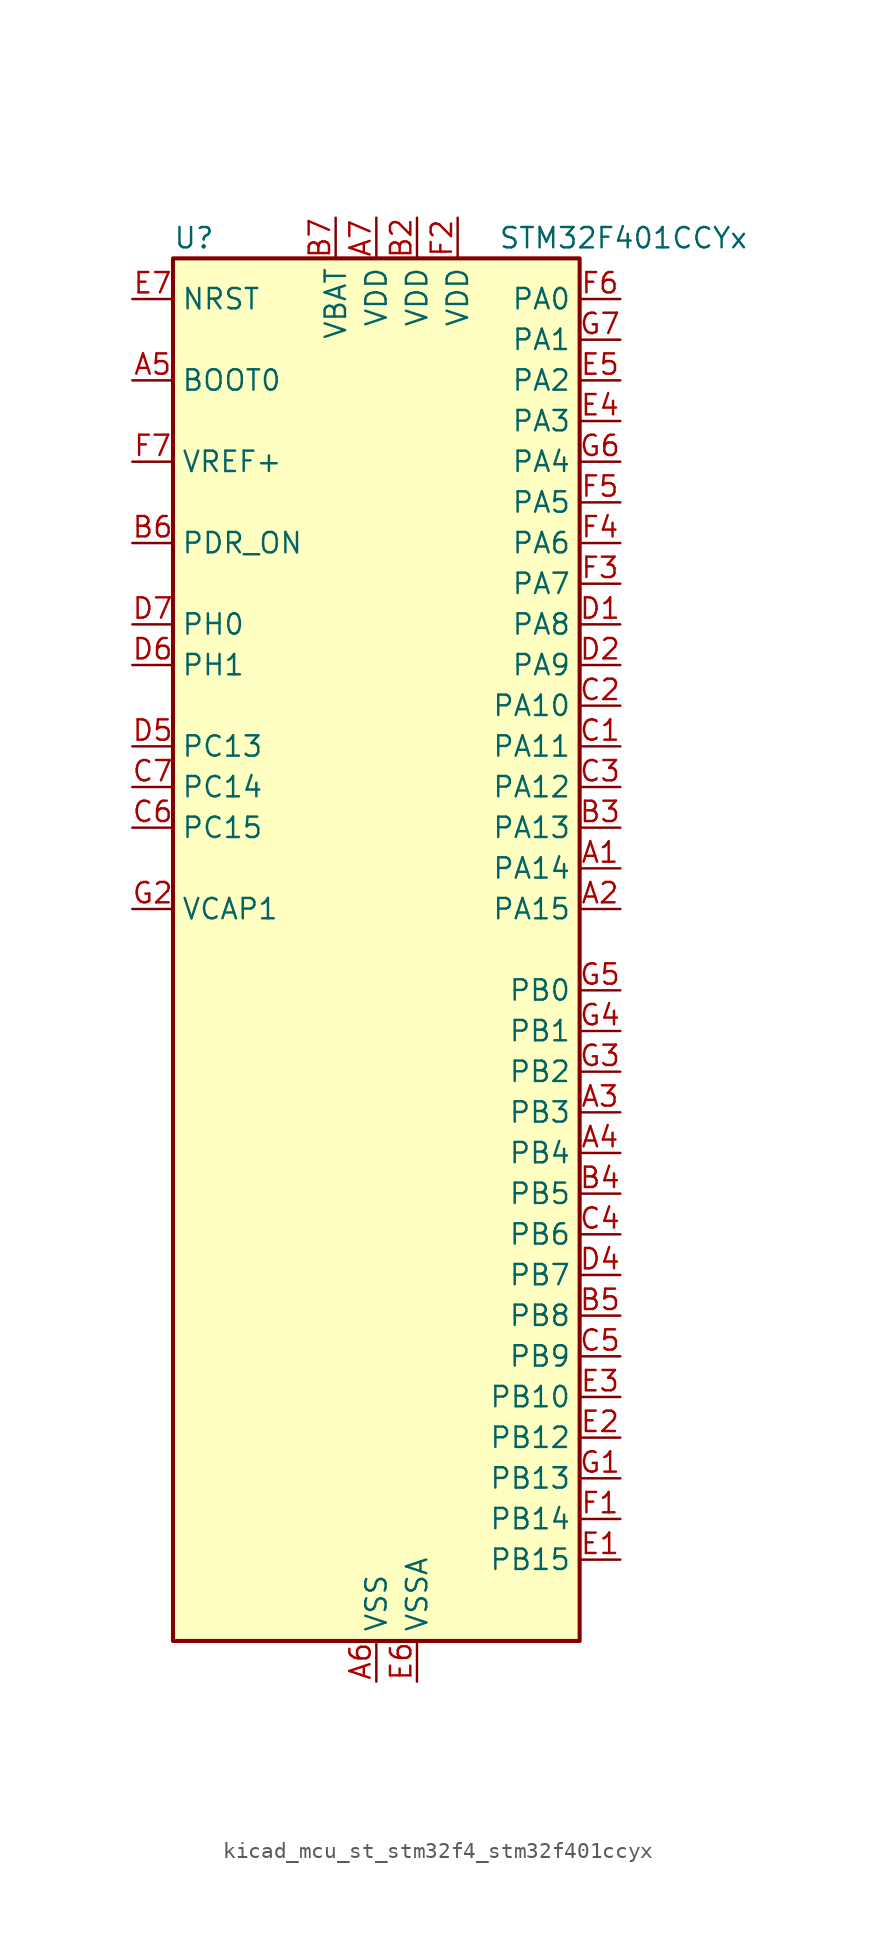
<source format=kicad_sym>
(kicad_symbol_lib
  (version 20220914)
  (generator kicad_symbol_editor)
  (symbol "kicad_mcu_st_stm32f4_stm32f401ccyx"
    (property "Reference" "U"
      (at -12.7 44.45 0)
      (effects (font (size 1.27 1.27)) (justify left)))
    (property "Value" "STM32F401CCYx"
      (at 7.62 44.45 0)
      (effects (font (size 1.27 1.27)) (justify left)))
    (property "ki_locked" ""
      (at 0 0 0)
      (effects (font (size 1.27 1.27))))
    (symbol "kicad_mcu_st_stm32f4_stm32f401ccyx_0_1"
      (rectangle (start -12.7 -43.18) (end 12.7 43.18) (stroke (width 0.254) (type default)) (fill (type background))))
    (symbol "kicad_mcu_st_stm32f4_stm32f401ccyx_1_1"
      (pin bidirectional line (at 15.24 5.08 180) (length 2.54) (name "PA14" (effects (font (size 1.27 1.27)))) (number "A1" (effects (font (size 1.27 1.27)))) (alternate "SYS_JTCK-SWCLK" bidirectional line))
      (pin bidirectional line (at 15.24 2.54 180) (length 2.54) (name "PA15" (effects (font (size 1.27 1.27)))) (number "A2" (effects (font (size 1.27 1.27)))) (alternate "ADC1_EXTI15" bidirectional line) (alternate "I2S3_WS" bidirectional line) (alternate "SPI1_NSS" bidirectional line) (alternate "SPI3_NSS" bidirectional line) (alternate "SYS_JTDI" bidirectional line) (alternate "TIM2_CH1" bidirectional line) (alternate "TIM2_ETR" bidirectional line))
      (pin bidirectional line (at 15.24 -10.16 180) (length 2.54) (name "PB3" (effects (font (size 1.27 1.27)))) (number "A3" (effects (font (size 1.27 1.27)))) (alternate "I2C2_SDA" bidirectional line) (alternate "I2S3_CK" bidirectional line) (alternate "SPI1_SCK" bidirectional line) (alternate "SPI3_SCK" bidirectional line) (alternate "SYS_JTDO-SWO" bidirectional line) (alternate "TIM2_CH2" bidirectional line))
      (pin bidirectional line (at 15.24 -12.7 180) (length 2.54) (name "PB4" (effects (font (size 1.27 1.27)))) (number "A4" (effects (font (size 1.27 1.27)))) (alternate "I2C3_SDA" bidirectional line) (alternate "I2S3_ext_SD" bidirectional line) (alternate "SPI1_MISO" bidirectional line) (alternate "SPI3_MISO" bidirectional line) (alternate "SYS_JTRST" bidirectional line) (alternate "TIM3_CH1" bidirectional line))
      (pin input line (at -15.24 35.56 0) (length 2.54) (name "BOOT0" (effects (font (size 1.27 1.27)))) (number "A5" (effects (font (size 1.27 1.27)))))
      (pin power_in line (at 0 -45.72 90) (length 2.54) (name "VSS" (effects (font (size 1.27 1.27)))) (number "A6" (effects (font (size 1.27 1.27)))))
      (pin power_in line (at 0 45.72 270) (length 2.54) (name "VDD" (effects (font (size 1.27 1.27)))) (number "A7" (effects (font (size 1.27 1.27)))))
      (pin passive line (at 0 -45.72 90) (length 2.54) hide (name "VSS" (effects (font (size 1.27 1.27)))) (number "B1" (effects (font (size 1.27 1.27)))))
      (pin power_in line (at 2.54 45.72 270) (length 2.54) (name "VDD" (effects (font (size 1.27 1.27)))) (number "B2" (effects (font (size 1.27 1.27)))))
      (pin bidirectional line (at 15.24 7.62 180) (length 2.54) (name "PA13" (effects (font (size 1.27 1.27)))) (number "B3" (effects (font (size 1.27 1.27)))) (alternate "SYS_JTMS-SWDIO" bidirectional line))
      (pin bidirectional line (at 15.24 -15.24 180) (length 2.54) (name "PB5" (effects (font (size 1.27 1.27)))) (number "B4" (effects (font (size 1.27 1.27)))) (alternate "I2C1_SMBA" bidirectional line) (alternate "I2S3_SD" bidirectional line) (alternate "SPI1_MOSI" bidirectional line) (alternate "SPI3_MOSI" bidirectional line) (alternate "TIM3_CH2" bidirectional line))
      (pin bidirectional line (at 15.24 -22.86 180) (length 2.54) (name "PB8" (effects (font (size 1.27 1.27)))) (number "B5" (effects (font (size 1.27 1.27)))) (alternate "I2C1_SCL" bidirectional line) (alternate "TIM10_CH1" bidirectional line) (alternate "TIM4_CH3" bidirectional line))
      (pin input line (at -15.24 25.4 0) (length 2.54) (name "PDR_ON" (effects (font (size 1.27 1.27)))) (number "B6" (effects (font (size 1.27 1.27)))))
      (pin power_in line (at -2.54 45.72 270) (length 2.54) (name "VBAT" (effects (font (size 1.27 1.27)))) (number "B7" (effects (font (size 1.27 1.27)))))
      (pin bidirectional line (at 15.24 12.7 180) (length 2.54) (name "PA11" (effects (font (size 1.27 1.27)))) (number "C1" (effects (font (size 1.27 1.27)))) (alternate "ADC1_EXTI11" bidirectional line) (alternate "TIM1_CH4" bidirectional line) (alternate "USART1_CTS" bidirectional line) (alternate "USART6_TX" bidirectional line) (alternate "USB_OTG_FS_DM" bidirectional line))
      (pin bidirectional line (at 15.24 15.24 180) (length 2.54) (name "PA10" (effects (font (size 1.27 1.27)))) (number "C2" (effects (font (size 1.27 1.27)))) (alternate "TIM1_CH3" bidirectional line) (alternate "USART1_RX" bidirectional line) (alternate "USB_OTG_FS_ID" bidirectional line))
      (pin bidirectional line (at 15.24 10.16 180) (length 2.54) (name "PA12" (effects (font (size 1.27 1.27)))) (number "C3" (effects (font (size 1.27 1.27)))) (alternate "TIM1_ETR" bidirectional line) (alternate "USART1_RTS" bidirectional line) (alternate "USART6_RX" bidirectional line) (alternate "USB_OTG_FS_DP" bidirectional line))
      (pin bidirectional line (at 15.24 -17.78 180) (length 2.54) (name "PB6" (effects (font (size 1.27 1.27)))) (number "C4" (effects (font (size 1.27 1.27)))) (alternate "I2C1_SCL" bidirectional line) (alternate "TIM4_CH1" bidirectional line) (alternate "USART1_TX" bidirectional line))
      (pin bidirectional line (at 15.24 -25.4 180) (length 2.54) (name "PB9" (effects (font (size 1.27 1.27)))) (number "C5" (effects (font (size 1.27 1.27)))) (alternate "I2C1_SDA" bidirectional line) (alternate "I2S2_WS" bidirectional line) (alternate "SPI2_NSS" bidirectional line) (alternate "TIM11_CH1" bidirectional line) (alternate "TIM4_CH4" bidirectional line))
      (pin bidirectional line (at -15.24 7.62 0) (length 2.54) (name "PC15" (effects (font (size 1.27 1.27)))) (number "C6" (effects (font (size 1.27 1.27)))) (alternate "ADC1_EXTI15" bidirectional line) (alternate "RCC_OSC32_OUT" bidirectional line))
      (pin bidirectional line (at -15.24 10.16 0) (length 2.54) (name "PC14" (effects (font (size 1.27 1.27)))) (number "C7" (effects (font (size 1.27 1.27)))) (alternate "RCC_OSC32_IN" bidirectional line))
      (pin bidirectional line (at 15.24 20.32 180) (length 2.54) (name "PA8" (effects (font (size 1.27 1.27)))) (number "D1" (effects (font (size 1.27 1.27)))) (alternate "I2C3_SCL" bidirectional line) (alternate "RCC_MCO_1" bidirectional line) (alternate "TIM1_CH1" bidirectional line) (alternate "USART1_CK" bidirectional line) (alternate "USB_OTG_FS_SOF" bidirectional line))
      (pin bidirectional line (at 15.24 17.78 180) (length 2.54) (name "PA9" (effects (font (size 1.27 1.27)))) (number "D2" (effects (font (size 1.27 1.27)))) (alternate "I2C3_SMBA" bidirectional line) (alternate "TIM1_CH2" bidirectional line) (alternate "USART1_TX" bidirectional line) (alternate "USB_OTG_FS_VBUS" bidirectional line))
      (pin passive line (at 0 -45.72 90) (length 2.54) hide (name "VSS" (effects (font (size 1.27 1.27)))) (number "D3" (effects (font (size 1.27 1.27)))))
      (pin bidirectional line (at 15.24 -20.32 180) (length 2.54) (name "PB7" (effects (font (size 1.27 1.27)))) (number "D4" (effects (font (size 1.27 1.27)))) (alternate "I2C1_SDA" bidirectional line) (alternate "TIM4_CH2" bidirectional line) (alternate "USART1_RX" bidirectional line))
      (pin bidirectional line (at -15.24 12.7 0) (length 2.54) (name "PC13" (effects (font (size 1.27 1.27)))) (number "D5" (effects (font (size 1.27 1.27)))) (alternate "RTC_AF1" bidirectional line))
      (pin bidirectional line (at -15.24 17.78 0) (length 2.54) (name "PH1" (effects (font (size 1.27 1.27)))) (number "D6" (effects (font (size 1.27 1.27)))) (alternate "RCC_OSC_OUT" bidirectional line))
      (pin bidirectional line (at -15.24 20.32 0) (length 2.54) (name "PH0" (effects (font (size 1.27 1.27)))) (number "D7" (effects (font (size 1.27 1.27)))) (alternate "RCC_OSC_IN" bidirectional line))
      (pin bidirectional line (at 15.24 -38.1 180) (length 2.54) (name "PB15" (effects (font (size 1.27 1.27)))) (number "E1" (effects (font (size 1.27 1.27)))) (alternate "ADC1_EXTI15" bidirectional line) (alternate "I2S2_SD" bidirectional line) (alternate "RTC_REFIN" bidirectional line) (alternate "SPI2_MOSI" bidirectional line) (alternate "TIM1_CH3N" bidirectional line))
      (pin bidirectional line (at 15.24 -30.48 180) (length 2.54) (name "PB12" (effects (font (size 1.27 1.27)))) (number "E2" (effects (font (size 1.27 1.27)))) (alternate "I2C2_SMBA" bidirectional line) (alternate "I2S2_WS" bidirectional line) (alternate "SPI2_NSS" bidirectional line) (alternate "TIM1_BKIN" bidirectional line))
      (pin bidirectional line (at 15.24 -27.94 180) (length 2.54) (name "PB10" (effects (font (size 1.27 1.27)))) (number "E3" (effects (font (size 1.27 1.27)))) (alternate "I2C2_SCL" bidirectional line) (alternate "I2S2_CK" bidirectional line) (alternate "SPI2_SCK" bidirectional line) (alternate "TIM2_CH3" bidirectional line))
      (pin bidirectional line (at 15.24 33.02 180) (length 2.54) (name "PA3" (effects (font (size 1.27 1.27)))) (number "E4" (effects (font (size 1.27 1.27)))) (alternate "ADC1_IN3" bidirectional line) (alternate "TIM2_CH4" bidirectional line) (alternate "TIM5_CH4" bidirectional line) (alternate "TIM9_CH2" bidirectional line) (alternate "USART2_RX" bidirectional line))
      (pin bidirectional line (at 15.24 35.56 180) (length 2.54) (name "PA2" (effects (font (size 1.27 1.27)))) (number "E5" (effects (font (size 1.27 1.27)))) (alternate "ADC1_IN2" bidirectional line) (alternate "TIM2_CH3" bidirectional line) (alternate "TIM5_CH3" bidirectional line) (alternate "TIM9_CH1" bidirectional line) (alternate "USART2_TX" bidirectional line))
      (pin power_in line (at 2.54 -45.72 90) (length 2.54) (name "VSSA" (effects (font (size 1.27 1.27)))) (number "E6" (effects (font (size 1.27 1.27)))))
      (pin input line (at -15.24 40.64 0) (length 2.54) (name "NRST" (effects (font (size 1.27 1.27)))) (number "E7" (effects (font (size 1.27 1.27)))))
      (pin bidirectional line (at 15.24 -35.56 180) (length 2.54) (name "PB14" (effects (font (size 1.27 1.27)))) (number "F1" (effects (font (size 1.27 1.27)))) (alternate "I2S2_ext_SD" bidirectional line) (alternate "SPI2_MISO" bidirectional line) (alternate "TIM1_CH2N" bidirectional line))
      (pin power_in line (at 5.08 45.72 270) (length 2.54) (name "VDD" (effects (font (size 1.27 1.27)))) (number "F2" (effects (font (size 1.27 1.27)))))
      (pin bidirectional line (at 15.24 22.86 180) (length 2.54) (name "PA7" (effects (font (size 1.27 1.27)))) (number "F3" (effects (font (size 1.27 1.27)))) (alternate "ADC1_IN7" bidirectional line) (alternate "SPI1_MOSI" bidirectional line) (alternate "TIM1_CH1N" bidirectional line) (alternate "TIM3_CH2" bidirectional line))
      (pin bidirectional line (at 15.24 25.4 180) (length 2.54) (name "PA6" (effects (font (size 1.27 1.27)))) (number "F4" (effects (font (size 1.27 1.27)))) (alternate "ADC1_IN6" bidirectional line) (alternate "SPI1_MISO" bidirectional line) (alternate "TIM1_BKIN" bidirectional line) (alternate "TIM3_CH1" bidirectional line))
      (pin bidirectional line (at 15.24 27.94 180) (length 2.54) (name "PA5" (effects (font (size 1.27 1.27)))) (number "F5" (effects (font (size 1.27 1.27)))) (alternate "ADC1_IN5" bidirectional line) (alternate "SPI1_SCK" bidirectional line) (alternate "TIM2_CH1" bidirectional line) (alternate "TIM2_ETR" bidirectional line))
      (pin bidirectional line (at 15.24 40.64 180) (length 2.54) (name "PA0" (effects (font (size 1.27 1.27)))) (number "F6" (effects (font (size 1.27 1.27)))) (alternate "ADC1_IN0" bidirectional line) (alternate "SYS_WKUP" bidirectional line) (alternate "TIM2_CH1" bidirectional line) (alternate "TIM2_ETR" bidirectional line) (alternate "TIM5_CH1" bidirectional line) (alternate "USART2_CTS" bidirectional line))
      (pin input line (at -15.24 30.48 0) (length 2.54) (name "VREF+" (effects (font (size 1.27 1.27)))) (number "F7" (effects (font (size 1.27 1.27)))))
      (pin bidirectional line (at 15.24 -33.02 180) (length 2.54) (name "PB13" (effects (font (size 1.27 1.27)))) (number "G1" (effects (font (size 1.27 1.27)))) (alternate "I2S2_CK" bidirectional line) (alternate "SPI2_SCK" bidirectional line) (alternate "TIM1_CH1N" bidirectional line))
      (pin power_out line (at -15.24 2.54 0) (length 2.54) (name "VCAP1" (effects (font (size 1.27 1.27)))) (number "G2" (effects (font (size 1.27 1.27)))))
      (pin bidirectional line (at 15.24 -7.62 180) (length 2.54) (name "PB2" (effects (font (size 1.27 1.27)))) (number "G3" (effects (font (size 1.27 1.27)))))
      (pin bidirectional line (at 15.24 -5.08 180) (length 2.54) (name "PB1" (effects (font (size 1.27 1.27)))) (number "G4" (effects (font (size 1.27 1.27)))) (alternate "ADC1_IN9" bidirectional line) (alternate "TIM1_CH3N" bidirectional line) (alternate "TIM3_CH4" bidirectional line))
      (pin bidirectional line (at 15.24 -2.54 180) (length 2.54) (name "PB0" (effects (font (size 1.27 1.27)))) (number "G5" (effects (font (size 1.27 1.27)))) (alternate "ADC1_IN8" bidirectional line) (alternate "TIM1_CH2N" bidirectional line) (alternate "TIM3_CH3" bidirectional line))
      (pin bidirectional line (at 15.24 30.48 180) (length 2.54) (name "PA4" (effects (font (size 1.27 1.27)))) (number "G6" (effects (font (size 1.27 1.27)))) (alternate "ADC1_IN4" bidirectional line) (alternate "I2S3_WS" bidirectional line) (alternate "SPI1_NSS" bidirectional line) (alternate "SPI3_NSS" bidirectional line) (alternate "USART2_CK" bidirectional line))
      (pin bidirectional line (at 15.24 38.1 180) (length 2.54) (name "PA1" (effects (font (size 1.27 1.27)))) (number "G7" (effects (font (size 1.27 1.27)))) (alternate "ADC1_IN1" bidirectional line) (alternate "TIM2_CH2" bidirectional line) (alternate "TIM5_CH2" bidirectional line) (alternate "USART2_RTS" bidirectional line)))))
</source>
